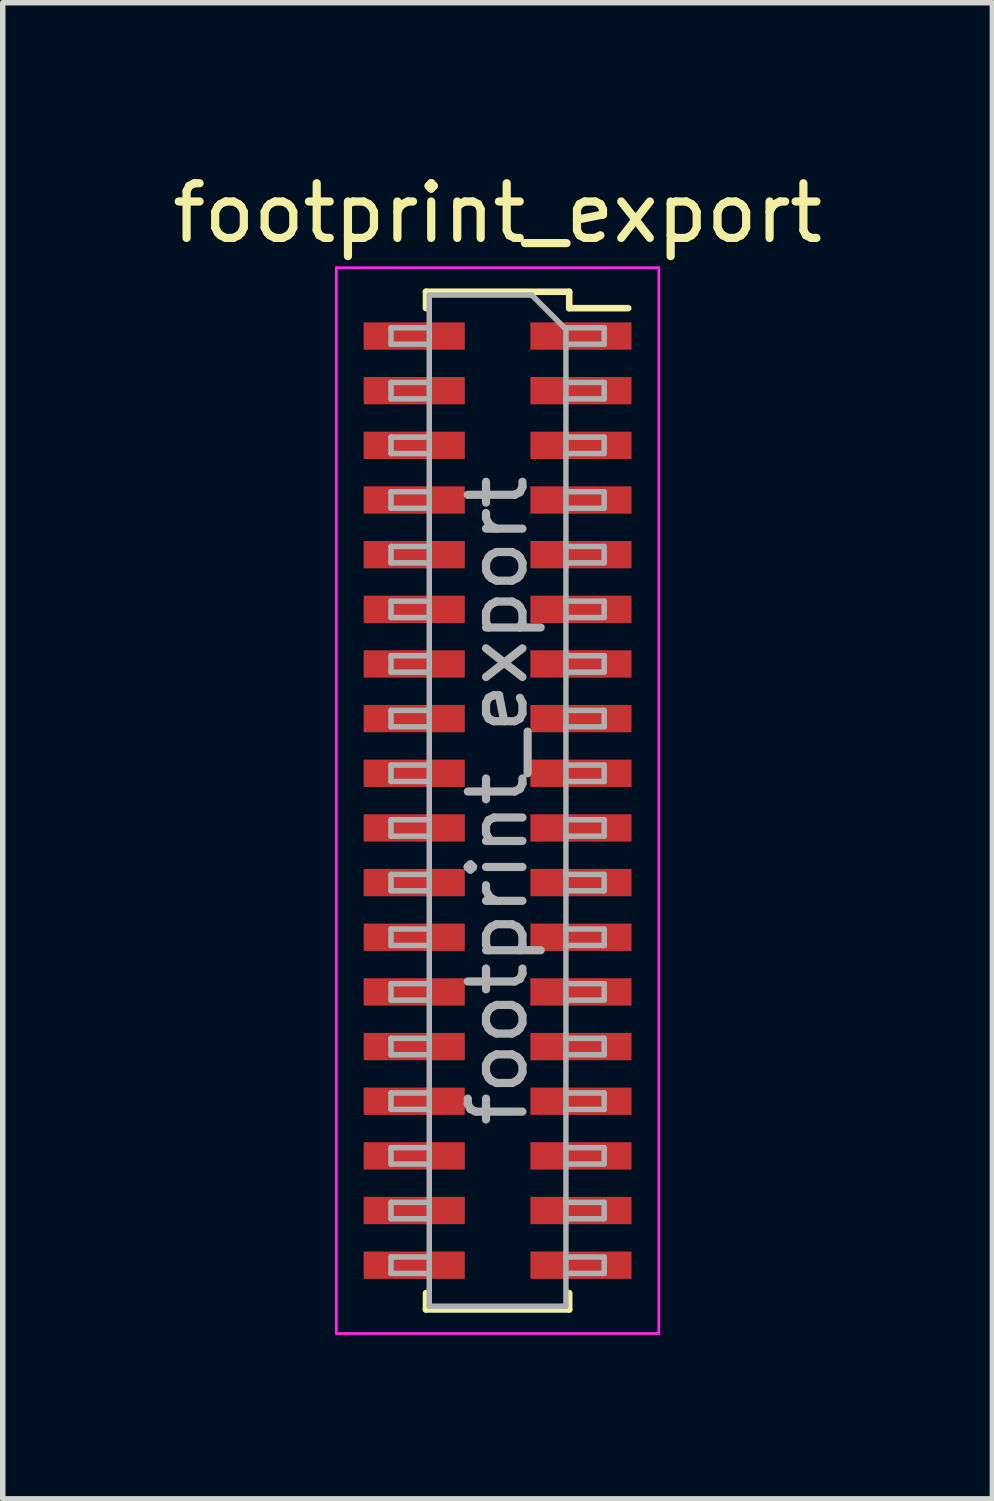
<source format=kicad_pcb>
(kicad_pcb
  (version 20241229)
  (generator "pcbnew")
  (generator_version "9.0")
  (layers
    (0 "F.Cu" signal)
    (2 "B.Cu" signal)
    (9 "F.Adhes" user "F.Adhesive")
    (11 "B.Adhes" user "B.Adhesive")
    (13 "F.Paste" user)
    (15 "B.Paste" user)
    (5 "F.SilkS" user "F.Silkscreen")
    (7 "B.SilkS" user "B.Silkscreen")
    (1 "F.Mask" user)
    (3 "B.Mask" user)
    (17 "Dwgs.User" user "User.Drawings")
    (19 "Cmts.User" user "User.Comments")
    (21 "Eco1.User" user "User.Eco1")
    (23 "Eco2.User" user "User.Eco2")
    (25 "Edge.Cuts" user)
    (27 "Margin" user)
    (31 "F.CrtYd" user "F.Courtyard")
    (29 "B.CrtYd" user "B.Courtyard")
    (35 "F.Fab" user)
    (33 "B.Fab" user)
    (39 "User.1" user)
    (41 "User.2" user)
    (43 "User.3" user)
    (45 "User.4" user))
  (footprint "footprint_export"
    (layer "F.Cu")
    (at 6.054 11.598)
    (property "Reference" "footprint_export" (at 0 -10.75 0) (layer "F.SilkS") (effects (font (size 1 1) (thickness 0.15))))
    (attr smd)
    (fp_line (start -1.31 -9.31) (end -1.31 -9.01) (stroke (width 0.12) (type solid)) (layer "F.SilkS"))
    (fp_line (start -1.31 -9.31) (end 1.31 -9.31) (stroke (width 0.12) (type solid)) (layer "F.SilkS"))
    (fp_line (start -1.31 9.01) (end -1.31 9.31) (stroke (width 0.12) (type solid)) (layer "F.SilkS"))
    (fp_line (start -1.31 9.31) (end 1.31 9.31) (stroke (width 0.12) (type solid)) (layer "F.SilkS"))
    (fp_line (start 1.31 -9.31) (end 1.31 -9.01) (stroke (width 0.12) (type solid)) (layer "F.SilkS"))
    (fp_line (start 1.31 -9.01) (end 2.39 -9.01) (stroke (width 0.12) (type solid)) (layer "F.SilkS"))
    (fp_line (start 1.31 9.01) (end 1.31 9.31) (stroke (width 0.12) (type solid)) (layer "F.SilkS"))
    (fp_line (start -2.95 -9.75) (end 2.95 -9.75) (stroke (width 0.05) (type solid)) (layer "F.CrtYd"))
    (fp_line (start -2.95 9.75) (end -2.95 -9.75) (stroke (width 0.05) (type solid)) (layer "F.CrtYd"))
    (fp_line (start 2.95 -9.75) (end 2.95 9.75) (stroke (width 0.05) (type solid)) (layer "F.CrtYd"))
    (fp_line (start 2.95 9.75) (end -2.95 9.75) (stroke (width 0.05) (type solid)) (layer "F.CrtYd"))
    (fp_line (start -1.95 -8.65) (end -1.25 -8.65) (stroke (width 0.1) (type solid)) (layer "F.Fab"))
    (fp_line (start -1.95 -8.35) (end -1.95 -8.65) (stroke (width 0.1) (type solid)) (layer "F.Fab"))
    (fp_line (start -1.95 -7.65) (end -1.25 -7.65) (stroke (width 0.1) (type solid)) (layer "F.Fab"))
    (fp_line (start -1.95 -7.35) (end -1.95 -7.65) (stroke (width 0.1) (type solid)) (layer "F.Fab"))
    (fp_line (start -1.95 -6.65) (end -1.25 -6.65) (stroke (width 0.1) (type solid)) (layer "F.Fab"))
    (fp_line (start -1.95 -6.35) (end -1.95 -6.65) (stroke (width 0.1) (type solid)) (layer "F.Fab"))
    (fp_line (start -1.95 -5.65) (end -1.25 -5.65) (stroke (width 0.1) (type solid)) (layer "F.Fab"))
    (fp_line (start -1.95 -5.35) (end -1.95 -5.65) (stroke (width 0.1) (type solid)) (layer "F.Fab"))
    (fp_line (start -1.95 -4.65) (end -1.25 -4.65) (stroke (width 0.1) (type solid)) (layer "F.Fab"))
    (fp_line (start -1.95 -4.35) (end -1.95 -4.65) (stroke (width 0.1) (type solid)) (layer "F.Fab"))
    (fp_line (start -1.95 -3.65) (end -1.25 -3.65) (stroke (width 0.1) (type solid)) (layer "F.Fab"))
    (fp_line (start -1.95 -3.35) (end -1.95 -3.65) (stroke (width 0.1) (type solid)) (layer "F.Fab"))
    (fp_line (start -1.95 -2.65) (end -1.25 -2.65) (stroke (width 0.1) (type solid)) (layer "F.Fab"))
    (fp_line (start -1.95 -2.35) (end -1.95 -2.65) (stroke (width 0.1) (type solid)) (layer "F.Fab"))
    (fp_line (start -1.95 -1.65) (end -1.25 -1.65) (stroke (width 0.1) (type solid)) (layer "F.Fab"))
    (fp_line (start -1.95 -1.35) (end -1.95 -1.65) (stroke (width 0.1) (type solid)) (layer "F.Fab"))
    (fp_line (start -1.95 -0.65) (end -1.25 -0.65) (stroke (width 0.1) (type solid)) (layer "F.Fab"))
    (fp_line (start -1.95 -0.35) (end -1.95 -0.65) (stroke (width 0.1) (type solid)) (layer "F.Fab"))
    (fp_line (start -1.95 0.35) (end -1.25 0.35) (stroke (width 0.1) (type solid)) (layer "F.Fab"))
    (fp_line (start -1.95 0.65) (end -1.95 0.35) (stroke (width 0.1) (type solid)) (layer "F.Fab"))
    (fp_line (start -1.95 1.35) (end -1.25 1.35) (stroke (width 0.1) (type solid)) (layer "F.Fab"))
    (fp_line (start -1.95 1.65) (end -1.95 1.35) (stroke (width 0.1) (type solid)) (layer "F.Fab"))
    (fp_line (start -1.95 2.35) (end -1.25 2.35) (stroke (width 0.1) (type solid)) (layer "F.Fab"))
    (fp_line (start -1.95 2.65) (end -1.95 2.35) (stroke (width 0.1) (type solid)) (layer "F.Fab"))
    (fp_line (start -1.95 3.35) (end -1.25 3.35) (stroke (width 0.1) (type solid)) (layer "F.Fab"))
    (fp_line (start -1.95 3.65) (end -1.95 3.35) (stroke (width 0.1) (type solid)) (layer "F.Fab"))
    (fp_line (start -1.95 4.35) (end -1.25 4.35) (stroke (width 0.1) (type solid)) (layer "F.Fab"))
    (fp_line (start -1.95 4.65) (end -1.95 4.35) (stroke (width 0.1) (type solid)) (layer "F.Fab"))
    (fp_line (start -1.95 5.35) (end -1.25 5.35) (stroke (width 0.1) (type solid)) (layer "F.Fab"))
    (fp_line (start -1.95 5.65) (end -1.95 5.35) (stroke (width 0.1) (type solid)) (layer "F.Fab"))
    (fp_line (start -1.95 6.35) (end -1.25 6.35) (stroke (width 0.1) (type solid)) (layer "F.Fab"))
    (fp_line (start -1.95 6.65) (end -1.95 6.35) (stroke (width 0.1) (type solid)) (layer "F.Fab"))
    (fp_line (start -1.95 7.35) (end -1.25 7.35) (stroke (width 0.1) (type solid)) (layer "F.Fab"))
    (fp_line (start -1.95 7.65) (end -1.95 7.35) (stroke (width 0.1) (type solid)) (layer "F.Fab"))
    (fp_line (start -1.95 8.35) (end -1.25 8.35) (stroke (width 0.1) (type solid)) (layer "F.Fab"))
    (fp_line (start -1.95 8.65) (end -1.95 8.35) (stroke (width 0.1) (type solid)) (layer "F.Fab"))
    (fp_line (start -1.25 -9.25) (end 0.625 -9.25) (stroke (width 0.1) (type solid)) (layer "F.Fab"))
    (fp_line (start -1.25 -8.35) (end -1.95 -8.35) (stroke (width 0.1) (type solid)) (layer "F.Fab"))
    (fp_line (start -1.25 -7.35) (end -1.95 -7.35) (stroke (width 0.1) (type solid)) (layer "F.Fab"))
    (fp_line (start -1.25 -6.35) (end -1.95 -6.35) (stroke (width 0.1) (type solid)) (layer "F.Fab"))
    (fp_line (start -1.25 -5.35) (end -1.95 -5.35) (stroke (width 0.1) (type solid)) (layer "F.Fab"))
    (fp_line (start -1.25 -4.35) (end -1.95 -4.35) (stroke (width 0.1) (type solid)) (layer "F.Fab"))
    (fp_line (start -1.25 -3.35) (end -1.95 -3.35) (stroke (width 0.1) (type solid)) (layer "F.Fab"))
    (fp_line (start -1.25 -2.35) (end -1.95 -2.35) (stroke (width 0.1) (type solid)) (layer "F.Fab"))
    (fp_line (start -1.25 -1.35) (end -1.95 -1.35) (stroke (width 0.1) (type solid)) (layer "F.Fab"))
    (fp_line (start -1.25 -0.35) (end -1.95 -0.35) (stroke (width 0.1) (type solid)) (layer "F.Fab"))
    (fp_line (start -1.25 0.65) (end -1.95 0.65) (stroke (width 0.1) (type solid)) (layer "F.Fab"))
    (fp_line (start -1.25 1.65) (end -1.95 1.65) (stroke (width 0.1) (type solid)) (layer "F.Fab"))
    (fp_line (start -1.25 2.65) (end -1.95 2.65) (stroke (width 0.1) (type solid)) (layer "F.Fab"))
    (fp_line (start -1.25 3.65) (end -1.95 3.65) (stroke (width 0.1) (type solid)) (layer "F.Fab"))
    (fp_line (start -1.25 4.65) (end -1.95 4.65) (stroke (width 0.1) (type solid)) (layer "F.Fab"))
    (fp_line (start -1.25 5.65) (end -1.95 5.65) (stroke (width 0.1) (type solid)) (layer "F.Fab"))
    (fp_line (start -1.25 6.65) (end -1.95 6.65) (stroke (width 0.1) (type solid)) (layer "F.Fab"))
    (fp_line (start -1.25 7.65) (end -1.95 7.65) (stroke (width 0.1) (type solid)) (layer "F.Fab"))
    (fp_line (start -1.25 8.65) (end -1.95 8.65) (stroke (width 0.1) (type solid)) (layer "F.Fab"))
    (fp_line (start -1.25 9.25) (end -1.25 -9.25) (stroke (width 0.1) (type solid)) (layer "F.Fab"))
    (fp_line (start 0.625 -9.25) (end 1.25 -8.625) (stroke (width 0.1) (type solid)) (layer "F.Fab"))
    (fp_line (start 1.25 -8.65) (end 1.95 -8.65) (stroke (width 0.1) (type solid)) (layer "F.Fab"))
    (fp_line (start 1.25 -8.625) (end 1.25 9.25) (stroke (width 0.1) (type solid)) (layer "F.Fab"))
    (fp_line (start 1.25 -7.65) (end 1.95 -7.65) (stroke (width 0.1) (type solid)) (layer "F.Fab"))
    (fp_line (start 1.25 -6.65) (end 1.95 -6.65) (stroke (width 0.1) (type solid)) (layer "F.Fab"))
    (fp_line (start 1.25 -5.65) (end 1.95 -5.65) (stroke (width 0.1) (type solid)) (layer "F.Fab"))
    (fp_line (start 1.25 -4.65) (end 1.95 -4.65) (stroke (width 0.1) (type solid)) (layer "F.Fab"))
    (fp_line (start 1.25 -3.65) (end 1.95 -3.65) (stroke (width 0.1) (type solid)) (layer "F.Fab"))
    (fp_line (start 1.25 -2.65) (end 1.95 -2.65) (stroke (width 0.1) (type solid)) (layer "F.Fab"))
    (fp_line (start 1.25 -1.65) (end 1.95 -1.65) (stroke (width 0.1) (type solid)) (layer "F.Fab"))
    (fp_line (start 1.25 -0.65) (end 1.95 -0.65) (stroke (width 0.1) (type solid)) (layer "F.Fab"))
    (fp_line (start 1.25 0.35) (end 1.95 0.35) (stroke (width 0.1) (type solid)) (layer "F.Fab"))
    (fp_line (start 1.25 1.35) (end 1.95 1.35) (stroke (width 0.1) (type solid)) (layer "F.Fab"))
    (fp_line (start 1.25 2.35) (end 1.95 2.35) (stroke (width 0.1) (type solid)) (layer "F.Fab"))
    (fp_line (start 1.25 3.35) (end 1.95 3.35) (stroke (width 0.1) (type solid)) (layer "F.Fab"))
    (fp_line (start 1.25 4.35) (end 1.95 4.35) (stroke (width 0.1) (type solid)) (layer "F.Fab"))
    (fp_line (start 1.25 5.35) (end 1.95 5.35) (stroke (width 0.1) (type solid)) (layer "F.Fab"))
    (fp_line (start 1.25 6.35) (end 1.95 6.35) (stroke (width 0.1) (type solid)) (layer "F.Fab"))
    (fp_line (start 1.25 7.35) (end 1.95 7.35) (stroke (width 0.1) (type solid)) (layer "F.Fab"))
    (fp_line (start 1.25 8.35) (end 1.95 8.35) (stroke (width 0.1) (type solid)) (layer "F.Fab"))
    (fp_line (start 1.25 9.25) (end -1.25 9.25) (stroke (width 0.1) (type solid)) (layer "F.Fab"))
    (fp_line (start 1.95 -8.65) (end 1.95 -8.35) (stroke (width 0.1) (type solid)) (layer "F.Fab"))
    (fp_line (start 1.95 -8.35) (end 1.25 -8.35) (stroke (width 0.1) (type solid)) (layer "F.Fab"))
    (fp_line (start 1.95 -7.65) (end 1.95 -7.35) (stroke (width 0.1) (type solid)) (layer "F.Fab"))
    (fp_line (start 1.95 -7.35) (end 1.25 -7.35) (stroke (width 0.1) (type solid)) (layer "F.Fab"))
    (fp_line (start 1.95 -6.65) (end 1.95 -6.35) (stroke (width 0.1) (type solid)) (layer "F.Fab"))
    (fp_line (start 1.95 -6.35) (end 1.25 -6.35) (stroke (width 0.1) (type solid)) (layer "F.Fab"))
    (fp_line (start 1.95 -5.65) (end 1.95 -5.35) (stroke (width 0.1) (type solid)) (layer "F.Fab"))
    (fp_line (start 1.95 -5.35) (end 1.25 -5.35) (stroke (width 0.1) (type solid)) (layer "F.Fab"))
    (fp_line (start 1.95 -4.65) (end 1.95 -4.35) (stroke (width 0.1) (type solid)) (layer "F.Fab"))
    (fp_line (start 1.95 -4.35) (end 1.25 -4.35) (stroke (width 0.1) (type solid)) (layer "F.Fab"))
    (fp_line (start 1.95 -3.65) (end 1.95 -3.35) (stroke (width 0.1) (type solid)) (layer "F.Fab"))
    (fp_line (start 1.95 -3.35) (end 1.25 -3.35) (stroke (width 0.1) (type solid)) (layer "F.Fab"))
    (fp_line (start 1.95 -2.65) (end 1.95 -2.35) (stroke (width 0.1) (type solid)) (layer "F.Fab"))
    (fp_line (start 1.95 -2.35) (end 1.25 -2.35) (stroke (width 0.1) (type solid)) (layer "F.Fab"))
    (fp_line (start 1.95 -1.65) (end 1.95 -1.35) (stroke (width 0.1) (type solid)) (layer "F.Fab"))
    (fp_line (start 1.95 -1.35) (end 1.25 -1.35) (stroke (width 0.1) (type solid)) (layer "F.Fab"))
    (fp_line (start 1.95 -0.65) (end 1.95 -0.35) (stroke (width 0.1) (type solid)) (layer "F.Fab"))
    (fp_line (start 1.95 -0.35) (end 1.25 -0.35) (stroke (width 0.1) (type solid)) (layer "F.Fab"))
    (fp_line (start 1.95 0.35) (end 1.95 0.65) (stroke (width 0.1) (type solid)) (layer "F.Fab"))
    (fp_line (start 1.95 0.65) (end 1.25 0.65) (stroke (width 0.1) (type solid)) (layer "F.Fab"))
    (fp_line (start 1.95 1.35) (end 1.95 1.65) (stroke (width 0.1) (type solid)) (layer "F.Fab"))
    (fp_line (start 1.95 1.65) (end 1.25 1.65) (stroke (width 0.1) (type solid)) (layer "F.Fab"))
    (fp_line (start 1.95 2.35) (end 1.95 2.65) (stroke (width 0.1) (type solid)) (layer "F.Fab"))
    (fp_line (start 1.95 2.65) (end 1.25 2.65) (stroke (width 0.1) (type solid)) (layer "F.Fab"))
    (fp_line (start 1.95 3.35) (end 1.95 3.65) (stroke (width 0.1) (type solid)) (layer "F.Fab"))
    (fp_line (start 1.95 3.65) (end 1.25 3.65) (stroke (width 0.1) (type solid)) (layer "F.Fab"))
    (fp_line (start 1.95 4.35) (end 1.95 4.65) (stroke (width 0.1) (type solid)) (layer "F.Fab"))
    (fp_line (start 1.95 4.65) (end 1.25 4.65) (stroke (width 0.1) (type solid)) (layer "F.Fab"))
    (fp_line (start 1.95 5.35) (end 1.95 5.65) (stroke (width 0.1) (type solid)) (layer "F.Fab"))
    (fp_line (start 1.95 5.65) (end 1.25 5.65) (stroke (width 0.1) (type solid)) (layer "F.Fab"))
    (fp_line (start 1.95 6.35) (end 1.95 6.65) (stroke (width 0.1) (type solid)) (layer "F.Fab"))
    (fp_line (start 1.95 6.65) (end 1.25 6.65) (stroke (width 0.1) (type solid)) (layer "F.Fab"))
    (fp_line (start 1.95 7.35) (end 1.95 7.65) (stroke (width 0.1) (type solid)) (layer "F.Fab"))
    (fp_line (start 1.95 7.65) (end 1.25 7.65) (stroke (width 0.1) (type solid)) (layer "F.Fab"))
    (fp_line (start 1.95 8.35) (end 1.95 8.65) (stroke (width 0.1) (type solid)) (layer "F.Fab"))
    (fp_line (start 1.95 8.65) (end 1.25 8.65) (stroke (width 0.1) (type solid)) (layer "F.Fab"))
    (fp_text user "${REFERENCE}" (at 0 0 90) (layer "F.Fab") (effects (font (size 1 1) (thickness 0.15))))
    (pad "1" smd rect (at 1.525 -8.5) (size 1.85 0.5) (layers "F.Cu" "F.Mask" "F.Paste"))
    (pad "2" smd rect (at -1.525 -8.5) (size 1.85 0.5) (layers "F.Cu" "F.Mask" "F.Paste"))
    (pad "3" smd rect (at 1.525 -7.5) (size 1.85 0.5) (layers "F.Cu" "F.Mask" "F.Paste"))
    (pad "4" smd rect (at -1.525 -7.5) (size 1.85 0.5) (layers "F.Cu" "F.Mask" "F.Paste"))
    (pad "5" smd rect (at 1.525 -6.5) (size 1.85 0.5) (layers "F.Cu" "F.Mask" "F.Paste"))
    (pad "6" smd rect (at -1.525 -6.5) (size 1.85 0.5) (layers "F.Cu" "F.Mask" "F.Paste"))
    (pad "7" smd rect (at 1.525 -5.5) (size 1.85 0.5) (layers "F.Cu" "F.Mask" "F.Paste"))
    (pad "8" smd rect (at -1.525 -5.5) (size 1.85 0.5) (layers "F.Cu" "F.Mask" "F.Paste"))
    (pad "9" smd rect (at 1.525 -4.5) (size 1.85 0.5) (layers "F.Cu" "F.Mask" "F.Paste"))
    (pad "10" smd rect (at -1.525 -4.5) (size 1.85 0.5) (layers "F.Cu" "F.Mask" "F.Paste"))
    (pad "11" smd rect (at 1.525 -3.5) (size 1.85 0.5) (layers "F.Cu" "F.Mask" "F.Paste"))
    (pad "12" smd rect (at -1.525 -3.5) (size 1.85 0.5) (layers "F.Cu" "F.Mask" "F.Paste"))
    (pad "13" smd rect (at 1.525 -2.5) (size 1.85 0.5) (layers "F.Cu" "F.Mask" "F.Paste"))
    (pad "14" smd rect (at -1.525 -2.5) (size 1.85 0.5) (layers "F.Cu" "F.Mask" "F.Paste"))
    (pad "15" smd rect (at 1.525 -1.5) (size 1.85 0.5) (layers "F.Cu" "F.Mask" "F.Paste"))
    (pad "16" smd rect (at -1.525 -1.5) (size 1.85 0.5) (layers "F.Cu" "F.Mask" "F.Paste"))
    (pad "17" smd rect (at 1.525 -0.5) (size 1.85 0.5) (layers "F.Cu" "F.Mask" "F.Paste"))
    (pad "18" smd rect (at -1.525 -0.5) (size 1.85 0.5) (layers "F.Cu" "F.Mask" "F.Paste"))
    (pad "19" smd rect (at 1.525 0.5) (size 1.85 0.5) (layers "F.Cu" "F.Mask" "F.Paste"))
    (pad "20" smd rect (at -1.525 0.5) (size 1.85 0.5) (layers "F.Cu" "F.Mask" "F.Paste"))
    (pad "21" smd rect (at 1.525 1.5) (size 1.85 0.5) (layers "F.Cu" "F.Mask" "F.Paste"))
    (pad "22" smd rect (at -1.525 1.5) (size 1.85 0.5) (layers "F.Cu" "F.Mask" "F.Paste"))
    (pad "23" smd rect (at 1.525 2.5) (size 1.85 0.5) (layers "F.Cu" "F.Mask" "F.Paste"))
    (pad "24" smd rect (at -1.525 2.5) (size 1.85 0.5) (layers "F.Cu" "F.Mask" "F.Paste"))
    (pad "25" smd rect (at 1.525 3.5) (size 1.85 0.5) (layers "F.Cu" "F.Mask" "F.Paste"))
    (pad "26" smd rect (at -1.525 3.5) (size 1.85 0.5) (layers "F.Cu" "F.Mask" "F.Paste"))
    (pad "27" smd rect (at 1.525 4.5) (size 1.85 0.5) (layers "F.Cu" "F.Mask" "F.Paste"))
    (pad "28" smd rect (at -1.525 4.5) (size 1.85 0.5) (layers "F.Cu" "F.Mask" "F.Paste"))
    (pad "29" smd rect (at 1.525 5.5) (size 1.85 0.5) (layers "F.Cu" "F.Mask" "F.Paste"))
    (pad "30" smd rect (at -1.525 5.5) (size 1.85 0.5) (layers "F.Cu" "F.Mask" "F.Paste"))
    (pad "31" smd rect (at 1.525 6.5) (size 1.85 0.5) (layers "F.Cu" "F.Mask" "F.Paste"))
    (pad "32" smd rect (at -1.525 6.5) (size 1.85 0.5) (layers "F.Cu" "F.Mask" "F.Paste"))
    (pad "33" smd rect (at 1.525 7.5) (size 1.85 0.5) (layers "F.Cu" "F.Mask" "F.Paste"))
    (pad "34" smd rect (at -1.525 7.5) (size 1.85 0.5) (layers "F.Cu" "F.Mask" "F.Paste"))
    (pad "35" smd rect (at 1.525 8.5) (size 1.85 0.5) (layers "F.Cu" "F.Mask" "F.Paste"))
    (pad "36" smd rect (at -1.525 8.5) (size 1.85 0.5) (layers "F.Cu" "F.Mask" "F.Paste")))
  (gr_rect
    (start -3 -3)
    (end 15.107 24.373)
    (stroke (width 0.1) (type default))
    (fill no)
    (layer "Edge.Cuts")))
</source>
